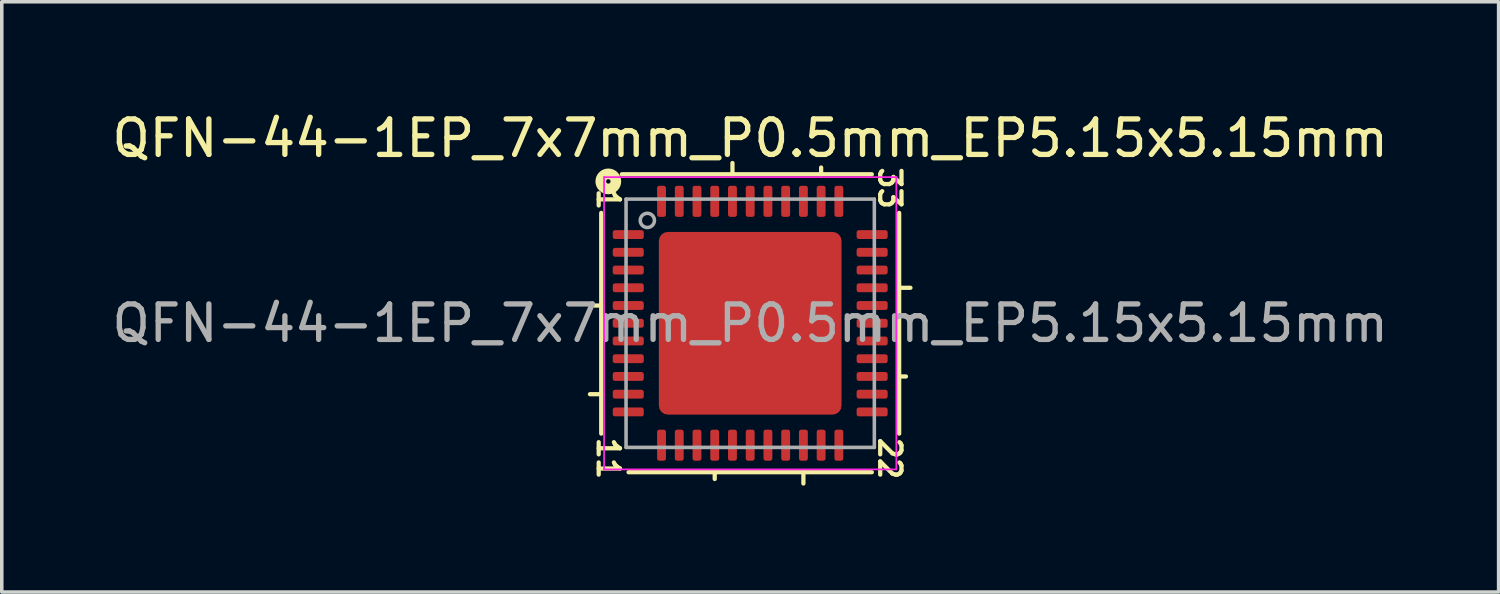
<source format=kicad_pcb>
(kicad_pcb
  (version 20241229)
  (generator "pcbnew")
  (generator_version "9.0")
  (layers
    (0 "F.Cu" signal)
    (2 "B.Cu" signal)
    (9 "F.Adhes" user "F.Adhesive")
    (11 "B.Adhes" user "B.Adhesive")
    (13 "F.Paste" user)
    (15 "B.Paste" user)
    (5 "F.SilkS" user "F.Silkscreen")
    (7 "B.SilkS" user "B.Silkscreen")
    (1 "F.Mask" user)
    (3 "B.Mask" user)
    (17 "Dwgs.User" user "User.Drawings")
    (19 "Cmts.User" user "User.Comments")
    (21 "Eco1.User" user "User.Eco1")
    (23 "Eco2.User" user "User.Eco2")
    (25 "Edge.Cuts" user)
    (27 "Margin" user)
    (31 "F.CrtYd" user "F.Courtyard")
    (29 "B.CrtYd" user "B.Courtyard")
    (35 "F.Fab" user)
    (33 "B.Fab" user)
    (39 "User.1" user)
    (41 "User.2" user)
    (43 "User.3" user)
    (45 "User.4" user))
  (footprint "QFN-44-1EP_7x7mm_P0.5mm_EP5.15x5.15mm"
    (layer "F.Cu")
    (at 18.101 6.064)
    (property "Reference" "QFN-44-1EP_7x7mm_P0.5mm_EP5.15x5.15mm" (at 0 -5.216 0) (layer "F.SilkS") (effects (font (size 1 1) (thickness 0.15))))
    (attr smd)
    (fp_line (start -4.2 -3.111) (end -4.2 3.111) (stroke (width 0.12) (type solid)) (layer "F.SilkS"))
    (fp_line (start -4.2 -0.5) (end -4.391 -0.5) (stroke (width 0.12) (type solid)) (layer "F.SilkS"))
    (fp_line (start -4.2 2) (end -4.518 2) (stroke (width 0.12) (type solid)) (layer "F.SilkS"))
    (fp_line (start -3.429 4.2) (end 3.429 4.2) (stroke (width 0.12) (type solid)) (layer "F.SilkS"))
    (fp_line (start -1 4.2) (end -1 4.391) (stroke (width 0.12) (type solid)) (layer "F.SilkS"))
    (fp_line (start -0.5 -4.2) (end -0.5 -4.518) (stroke (width 0.12) (type solid)) (layer "F.SilkS"))
    (fp_line (start 1.5 4.2) (end 1.5 4.518) (stroke (width 0.12) (type solid)) (layer "F.SilkS"))
    (fp_line (start 2 -4.2) (end 2 -4.391) (stroke (width 0.12) (type solid)) (layer "F.SilkS"))
    (fp_line (start 3.429 -4.2) (end -3.619 -4.2) (stroke (width 0.12) (type solid)) (layer "F.SilkS"))
    (fp_line (start 4.2 -1) (end 4.518 -1) (stroke (width 0.12) (type solid)) (layer "F.SilkS"))
    (fp_line (start 4.2 1.5) (end 4.391 1.5) (stroke (width 0.12) (type solid)) (layer "F.SilkS"))
    (fp_line (start 4.2 3.111) (end 4.2 -3.111) (stroke (width 0.12) (type solid)) (layer "F.SilkS"))
    (fp_circle (center -4 -4) (end -3.937 -4) (stroke (width 0.3) (type solid)) (fill no) (layer "F.SilkS"))
    (fp_line (start -4.12 -4.12) (end -4.12 4.12) (stroke (width 0.05) (type solid)) (layer "F.CrtYd"))
    (fp_line (start -4.12 4.12) (end 4.12 4.12) (stroke (width 0.05) (type solid)) (layer "F.CrtYd"))
    (fp_line (start 4.12 -4.12) (end -4.12 -4.12) (stroke (width 0.05) (type solid)) (layer "F.CrtYd"))
    (fp_line (start 4.12 4.12) (end 4.12 -4.12) (stroke (width 0.05) (type solid)) (layer "F.CrtYd"))
    (fp_line (start -3.5 -3.5) (end 3.5 -3.5) (stroke (width 0.1) (type solid)) (layer "F.Fab"))
    (fp_line (start -3.5 3.5) (end -3.5 -3.5) (stroke (width 0.1) (type solid)) (layer "F.Fab"))
    (fp_line (start 3.5 -3.5) (end 3.5 3.5) (stroke (width 0.1) (type solid)) (layer "F.Fab"))
    (fp_line (start 3.5 3.5) (end -3.5 3.5) (stroke (width 0.1) (type solid)) (layer "F.Fab"))
    (fp_circle (center -2.9 -2.9) (end -2.7 -2.9) (stroke (width 0.1) (type solid)) (fill no) (layer "F.Fab"))
    (fp_text user "22" (at 3.937 3.81 270) (unlocked yes) (layer "F.SilkS") (effects (font (size 0.6 0.6) (thickness 0.12))))
    (fp_text user "33" (at 3.937 -3.81 270) (unlocked yes) (layer "F.SilkS") (effects (font (size 0.6 0.6) (thickness 0.12))))
    (fp_text user "11" (at -4 3.81 270) (unlocked yes) (layer "F.SilkS") (effects (font (size 0.6 0.6) (thickness 0.12))))
    (fp_text user "1" (at -4 -3.493 270) (unlocked yes) (layer "F.SilkS") (effects (font (size 0.6 0.6) (thickness 0.12))))
    (fp_text user "${REFERENCE}" (at 0 0 0) (layer "F.Fab") (effects (font (size 1 1) (thickness 0.15))))
    (pad "" smd roundrect (at -1.935 -1.935) (size 1.04 1.04) (layers "F.Paste") (roundrect_rratio 0.24))
    (pad "" smd roundrect (at -1.935 -0.645) (size 1.04 1.04) (layers "F.Paste") (roundrect_rratio 0.24))
    (pad "" smd roundrect (at -1.935 0.645) (size 1.04 1.04) (layers "F.Paste") (roundrect_rratio 0.24))
    (pad "" smd roundrect (at -1.935 1.935) (size 1.04 1.04) (layers "F.Paste") (roundrect_rratio 0.24))
    (pad "" smd roundrect (at -0.645 -1.935) (size 1.04 1.04) (layers "F.Paste") (roundrect_rratio 0.24))
    (pad "" smd roundrect (at -0.645 -0.645) (size 1.04 1.04) (layers "F.Paste") (roundrect_rratio 0.24))
    (pad "" smd roundrect (at -0.645 0.645) (size 1.04 1.04) (layers "F.Paste") (roundrect_rratio 0.24))
    (pad "" smd roundrect (at -0.645 1.935) (size 1.04 1.04) (layers "F.Paste") (roundrect_rratio 0.24))
    (pad "" smd roundrect (at 0.645 -1.935) (size 1.04 1.04) (layers "F.Paste") (roundrect_rratio 0.24))
    (pad "" smd roundrect (at 0.645 -0.645) (size 1.04 1.04) (layers "F.Paste") (roundrect_rratio 0.24))
    (pad "" smd roundrect (at 0.645 0.645) (size 1.04 1.04) (layers "F.Paste") (roundrect_rratio 0.24))
    (pad "" smd roundrect (at 0.645 1.935) (size 1.04 1.04) (layers "F.Paste") (roundrect_rratio 0.24))
    (pad "" smd roundrect (at 1.935 -1.935) (size 1.04 1.04) (layers "F.Paste") (roundrect_rratio 0.24))
    (pad "" smd roundrect (at 1.935 -0.645) (size 1.04 1.04) (layers "F.Paste") (roundrect_rratio 0.24))
    (pad "" smd roundrect (at 1.935 0.645) (size 1.04 1.04) (layers "F.Paste") (roundrect_rratio 0.24))
    (pad "" smd roundrect (at 1.935 1.935) (size 1.04 1.04) (layers "F.Paste") (roundrect_rratio 0.24))
    (pad "1" smd roundrect (at -3.438 -2.5) (size 0.875 0.25) (layers "F.Cu" "F.Mask" "F.Paste") (roundrect_rratio 0.25))
    (pad "2" smd roundrect (at -3.438 -2) (size 0.875 0.25) (layers "F.Cu" "F.Mask" "F.Paste") (roundrect_rratio 0.25))
    (pad "3" smd roundrect (at -3.438 -1.5) (size 0.875 0.25) (layers "F.Cu" "F.Mask" "F.Paste") (roundrect_rratio 0.25))
    (pad "4" smd roundrect (at -3.438 -1) (size 0.875 0.25) (layers "F.Cu" "F.Mask" "F.Paste") (roundrect_rratio 0.25))
    (pad "5" smd roundrect (at -3.438 -0.5) (size 0.875 0.25) (layers "F.Cu" "F.Mask" "F.Paste") (roundrect_rratio 0.25))
    (pad "6" smd roundrect (at -3.438 0) (size 0.875 0.25) (layers "F.Cu" "F.Mask" "F.Paste") (roundrect_rratio 0.25))
    (pad "7" smd roundrect (at -3.438 0.5) (size 0.875 0.25) (layers "F.Cu" "F.Mask" "F.Paste") (roundrect_rratio 0.25))
    (pad "8" smd roundrect (at -3.438 1) (size 0.875 0.25) (layers "F.Cu" "F.Mask" "F.Paste") (roundrect_rratio 0.25))
    (pad "9" smd roundrect (at -3.438 1.5) (size 0.875 0.25) (layers "F.Cu" "F.Mask" "F.Paste") (roundrect_rratio 0.25))
    (pad "10" smd roundrect (at -3.438 2) (size 0.875 0.25) (layers "F.Cu" "F.Mask" "F.Paste") (roundrect_rratio 0.25))
    (pad "11" smd roundrect (at -3.438 2.5) (size 0.875 0.25) (layers "F.Cu" "F.Mask" "F.Paste") (roundrect_rratio 0.25))
    (pad "12" smd roundrect (at -2.5 3.438) (size 0.25 0.875) (layers "F.Cu" "F.Mask" "F.Paste") (roundrect_rratio 0.25))
    (pad "13" smd roundrect (at -2 3.438) (size 0.25 0.875) (layers "F.Cu" "F.Mask" "F.Paste") (roundrect_rratio 0.25))
    (pad "14" smd roundrect (at -1.5 3.438) (size 0.25 0.875) (layers "F.Cu" "F.Mask" "F.Paste") (roundrect_rratio 0.25))
    (pad "15" smd roundrect (at -1 3.438) (size 0.25 0.875) (layers "F.Cu" "F.Mask" "F.Paste") (roundrect_rratio 0.25))
    (pad "16" smd roundrect (at -0.5 3.438) (size 0.25 0.875) (layers "F.Cu" "F.Mask" "F.Paste") (roundrect_rratio 0.25))
    (pad "17" smd roundrect (at 0 3.438) (size 0.25 0.875) (layers "F.Cu" "F.Mask" "F.Paste") (roundrect_rratio 0.25))
    (pad "18" smd roundrect (at 0.5 3.438) (size 0.25 0.875) (layers "F.Cu" "F.Mask" "F.Paste") (roundrect_rratio 0.25))
    (pad "19" smd roundrect (at 1 3.438) (size 0.25 0.875) (layers "F.Cu" "F.Mask" "F.Paste") (roundrect_rratio 0.25))
    (pad "20" smd roundrect (at 1.5 3.438) (size 0.25 0.875) (layers "F.Cu" "F.Mask" "F.Paste") (roundrect_rratio 0.25))
    (pad "21" smd roundrect (at 2 3.438) (size 0.25 0.875) (layers "F.Cu" "F.Mask" "F.Paste") (roundrect_rratio 0.25))
    (pad "22" smd roundrect (at 2.5 3.438) (size 0.25 0.875) (layers "F.Cu" "F.Mask" "F.Paste") (roundrect_rratio 0.25))
    (pad "23" smd roundrect (at 3.438 2.5) (size 0.875 0.25) (layers "F.Cu" "F.Mask" "F.Paste") (roundrect_rratio 0.25))
    (pad "24" smd roundrect (at 3.438 2) (size 0.875 0.25) (layers "F.Cu" "F.Mask" "F.Paste") (roundrect_rratio 0.25))
    (pad "25" smd roundrect (at 3.438 1.5) (size 0.875 0.25) (layers "F.Cu" "F.Mask" "F.Paste") (roundrect_rratio 0.25))
    (pad "26" smd roundrect (at 3.438 1) (size 0.875 0.25) (layers "F.Cu" "F.Mask" "F.Paste") (roundrect_rratio 0.25))
    (pad "27" smd roundrect (at 3.438 0.5) (size 0.875 0.25) (layers "F.Cu" "F.Mask" "F.Paste") (roundrect_rratio 0.25))
    (pad "28" smd roundrect (at 3.438 0) (size 0.875 0.25) (layers "F.Cu" "F.Mask" "F.Paste") (roundrect_rratio 0.25))
    (pad "29" smd roundrect (at 3.438 -0.5) (size 0.875 0.25) (layers "F.Cu" "F.Mask" "F.Paste") (roundrect_rratio 0.25))
    (pad "30" smd roundrect (at 3.438 -1) (size 0.875 0.25) (layers "F.Cu" "F.Mask" "F.Paste") (roundrect_rratio 0.25))
    (pad "31" smd roundrect (at 3.438 -1.5) (size 0.875 0.25) (layers "F.Cu" "F.Mask" "F.Paste") (roundrect_rratio 0.25))
    (pad "32" smd roundrect (at 3.438 -2) (size 0.875 0.25) (layers "F.Cu" "F.Mask" "F.Paste") (roundrect_rratio 0.25))
    (pad "33" smd roundrect (at 3.438 -2.5) (size 0.875 0.25) (layers "F.Cu" "F.Mask" "F.Paste") (roundrect_rratio 0.25))
    (pad "34" smd roundrect (at 2.5 -3.438) (size 0.25 0.875) (layers "F.Cu" "F.Mask" "F.Paste") (roundrect_rratio 0.25))
    (pad "35" smd roundrect (at 2 -3.438) (size 0.25 0.875) (layers "F.Cu" "F.Mask" "F.Paste") (roundrect_rratio 0.25))
    (pad "36" smd roundrect (at 1.5 -3.438) (size 0.25 0.875) (layers "F.Cu" "F.Mask" "F.Paste") (roundrect_rratio 0.25))
    (pad "37" smd roundrect (at 1 -3.438) (size 0.25 0.875) (layers "F.Cu" "F.Mask" "F.Paste") (roundrect_rratio 0.25))
    (pad "38" smd roundrect (at 0.5 -3.438) (size 0.25 0.875) (layers "F.Cu" "F.Mask" "F.Paste") (roundrect_rratio 0.25))
    (pad "39" smd roundrect (at 0 -3.438) (size 0.25 0.875) (layers "F.Cu" "F.Mask" "F.Paste") (roundrect_rratio 0.25))
    (pad "40" smd roundrect (at -0.5 -3.438) (size 0.25 0.875) (layers "F.Cu" "F.Mask" "F.Paste") (roundrect_rratio 0.25))
    (pad "41" smd roundrect (at -1 -3.438) (size 0.25 0.875) (layers "F.Cu" "F.Mask" "F.Paste") (roundrect_rratio 0.25))
    (pad "42" smd roundrect (at -1.5 -3.438) (size 0.25 0.875) (layers "F.Cu" "F.Mask" "F.Paste") (roundrect_rratio 0.25))
    (pad "43" smd roundrect (at -2 -3.438) (size 0.25 0.875) (layers "F.Cu" "F.Mask" "F.Paste") (roundrect_rratio 0.25))
    (pad "44" smd roundrect (at -2.5 -3.438) (size 0.25 0.875) (layers "F.Cu" "F.Mask" "F.Paste") (roundrect_rratio 0.25))
    (pad "45" smd roundrect (at 0 0) (size 5.15 5.15) (layers "F.Cu" "F.Mask") (roundrect_rratio 0.049)))
  (gr_rect
    (start -3 -3)
    (end 39.202 13.642)
    (stroke (width 0.1) (type default))
    (fill no)
    (layer "Edge.Cuts")))
</source>
